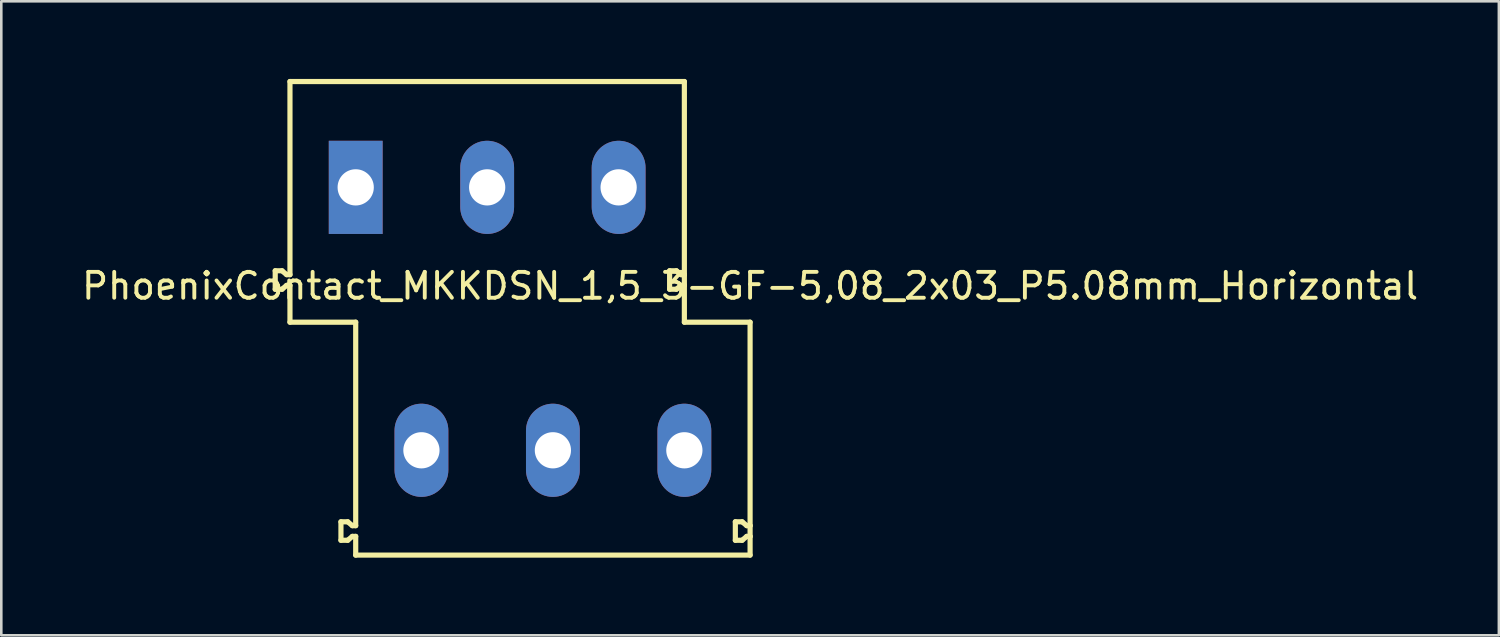
<source format=kicad_pcb>
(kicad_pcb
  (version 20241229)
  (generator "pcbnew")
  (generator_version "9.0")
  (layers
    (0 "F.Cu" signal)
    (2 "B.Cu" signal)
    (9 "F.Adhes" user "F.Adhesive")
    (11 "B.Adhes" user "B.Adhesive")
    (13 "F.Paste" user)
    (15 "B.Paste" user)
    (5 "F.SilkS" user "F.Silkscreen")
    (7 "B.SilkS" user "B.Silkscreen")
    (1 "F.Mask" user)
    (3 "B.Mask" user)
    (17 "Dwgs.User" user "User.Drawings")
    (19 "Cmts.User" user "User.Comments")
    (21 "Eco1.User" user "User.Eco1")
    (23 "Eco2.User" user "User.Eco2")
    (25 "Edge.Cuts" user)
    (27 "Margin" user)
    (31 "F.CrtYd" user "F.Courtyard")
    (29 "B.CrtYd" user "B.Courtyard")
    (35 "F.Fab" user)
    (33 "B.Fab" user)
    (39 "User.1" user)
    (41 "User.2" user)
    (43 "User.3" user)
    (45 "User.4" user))
  (footprint "PhoenixContact_MKKDSN_1,5_3-GF-5,08_2x03_P5.08mm_Horizontal"
    (layer "F.Cu")
    (at 17.045 9.27)
    (property "Reference" "PhoenixContact_MKKDSN_1,5_3-GF-5,08_2x03_P5.08mm_Horizontal" (at 8.89 -1.27 180) (layer "F.SilkS") (effects (font (size 1 1) (thickness 0.15))))
    (attr through_hole)
    (fp_line (start -9.46 -1.857) (end -9.197 -1.857) (stroke (width 0.2) (type solid)) (layer "F.SilkS"))
    (fp_line (start -9.46 -1.143) (end -9.46 -1.857) (stroke (width 0.2) (type solid)) (layer "F.SilkS"))
    (fp_line (start -9.197 -1.857) (end -9.019 -1.707) (stroke (width 0.2) (type solid)) (layer "F.SilkS"))
    (fp_line (start -9.197 -1.143) (end -9.46 -1.143) (stroke (width 0.2) (type solid)) (layer "F.SilkS"))
    (fp_line (start -9.019 -1.707) (end -8.89 -1.707) (stroke (width 0.2) (type solid)) (layer "F.SilkS"))
    (fp_line (start -9.019 -1.293) (end -9.197 -1.143) (stroke (width 0.2) (type solid)) (layer "F.SilkS"))
    (fp_line (start -8.89 -9.17) (end -8.89 -1.707) (stroke (width 0.2) (type solid)) (layer "F.SilkS"))
    (fp_line (start -8.89 -9.17) (end 6.35 -9.17) (stroke (width 0.2) (type solid)) (layer "F.SilkS"))
    (fp_line (start -8.89 -1.293) (end -9.019 -1.293) (stroke (width 0.2) (type solid)) (layer "F.SilkS"))
    (fp_line (start -8.89 -1.293) (end -8.89 0.13) (stroke (width 0.2) (type solid)) (layer "F.SilkS"))
    (fp_line (start -8.89 0.13) (end -6.35 0.13) (stroke (width 0.2) (type solid)) (layer "F.SilkS"))
    (fp_line (start -6.92 7.843) (end -6.657 7.843) (stroke (width 0.2) (type solid)) (layer "F.SilkS"))
    (fp_line (start -6.92 8.557) (end -6.92 7.843) (stroke (width 0.2) (type solid)) (layer "F.SilkS"))
    (fp_line (start -6.657 7.843) (end -6.479 7.993) (stroke (width 0.2) (type solid)) (layer "F.SilkS"))
    (fp_line (start -6.657 8.557) (end -6.92 8.557) (stroke (width 0.2) (type solid)) (layer "F.SilkS"))
    (fp_line (start -6.479 7.993) (end -6.35 7.993) (stroke (width 0.2) (type solid)) (layer "F.SilkS"))
    (fp_line (start -6.479 8.407) (end -6.657 8.557) (stroke (width 0.2) (type solid)) (layer "F.SilkS"))
    (fp_line (start -6.35 0.13) (end -6.35 7.993) (stroke (width 0.2) (type solid)) (layer "F.SilkS"))
    (fp_line (start -6.35 8.407) (end -6.479 8.407) (stroke (width 0.2) (type solid)) (layer "F.SilkS"))
    (fp_line (start -6.35 8.407) (end -6.35 9.13) (stroke (width 0.2) (type solid)) (layer "F.SilkS"))
    (fp_line (start 5.78 -1.857) (end 6.043 -1.857) (stroke (width 0.2) (type solid)) (layer "F.SilkS"))
    (fp_line (start 5.78 -1.143) (end 5.78 -1.857) (stroke (width 0.2) (type solid)) (layer "F.SilkS"))
    (fp_line (start 6.043 -1.143) (end 5.78 -1.143) (stroke (width 0.2) (type solid)) (layer "F.SilkS"))
    (fp_line (start 6.043 -1.143) (end 6.221 -1.293) (stroke (width 0.2) (type solid)) (layer "F.SilkS"))
    (fp_line (start 6.221 -1.707) (end 6.043 -1.857) (stroke (width 0.2) (type solid)) (layer "F.SilkS"))
    (fp_line (start 6.221 -1.707) (end 6.35 -1.707) (stroke (width 0.2) (type solid)) (layer "F.SilkS"))
    (fp_line (start 6.35 -9.17) (end 6.35 -1.707) (stroke (width 0.2) (type solid)) (layer "F.SilkS"))
    (fp_line (start 6.35 -1.293) (end 6.221 -1.293) (stroke (width 0.2) (type solid)) (layer "F.SilkS"))
    (fp_line (start 6.35 -1.293) (end 6.35 -1.707) (stroke (width 0.2) (type solid)) (layer "F.SilkS"))
    (fp_line (start 6.35 -1.293) (end 6.35 0.13) (stroke (width 0.2) (type solid)) (layer "F.SilkS"))
    (fp_line (start 8.32 7.843) (end 8.583 7.843) (stroke (width 0.2) (type solid)) (layer "F.SilkS"))
    (fp_line (start 8.32 8.557) (end 8.32 7.843) (stroke (width 0.2) (type solid)) (layer "F.SilkS"))
    (fp_line (start 8.583 8.557) (end 8.32 8.557) (stroke (width 0.2) (type solid)) (layer "F.SilkS"))
    (fp_line (start 8.583 8.557) (end 8.761 8.407) (stroke (width 0.2) (type solid)) (layer "F.SilkS"))
    (fp_line (start 8.761 7.993) (end 8.583 7.843) (stroke (width 0.2) (type solid)) (layer "F.SilkS"))
    (fp_line (start 8.761 7.993) (end 8.89 7.993) (stroke (width 0.2) (type solid)) (layer "F.SilkS"))
    (fp_line (start 8.89 0.13) (end 6.35 0.13) (stroke (width 0.2) (type solid)) (layer "F.SilkS"))
    (fp_line (start 8.89 0.13) (end 8.89 7.993) (stroke (width 0.2) (type solid)) (layer "F.SilkS"))
    (fp_line (start 8.89 8.407) (end 8.761 8.407) (stroke (width 0.2) (type solid)) (layer "F.SilkS"))
    (fp_line (start 8.89 8.407) (end 8.89 7.993) (stroke (width 0.2) (type solid)) (layer "F.SilkS"))
    (fp_line (start 8.89 8.407) (end 8.89 9.13) (stroke (width 0.2) (type solid)) (layer "F.SilkS"))
    (fp_line (start 8.89 9.13) (end -6.35 9.13) (stroke (width 0.2) (type solid)) (layer "F.SilkS"))
    (pad "1" thru_hole rect (at -6.35 -5.08) (size 2.08 3.6) (drill 1.4) (layers "*.Cu" "*.Mask"))
    (pad "2" thru_hole oval (at -3.81 5.08) (size 2.08 3.6) (drill 1.4) (layers "*.Cu" "*.Mask"))
    (pad "3" thru_hole oval (at -1.27 -5.08) (size 2.08 3.6) (drill 1.4) (layers "*.Cu" "*.Mask"))
    (pad "4" thru_hole oval (at 1.27 5.08) (size 2.08 3.6) (drill 1.4) (layers "*.Cu" "*.Mask"))
    (pad "5" thru_hole oval (at 3.81 -5.08) (size 2.08 3.6) (drill 1.4) (layers "*.Cu" "*.Mask"))
    (pad "6" thru_hole oval (at 6.35 5.08) (size 2.08 3.6) (drill 1.4) (layers "*.Cu" "*.Mask")))
  (gr_rect
    (start -3 -3)
    (end 54.869 21.5)
    (stroke (width 0.1) (type default))
    (fill no)
    (layer "Edge.Cuts")))
</source>
